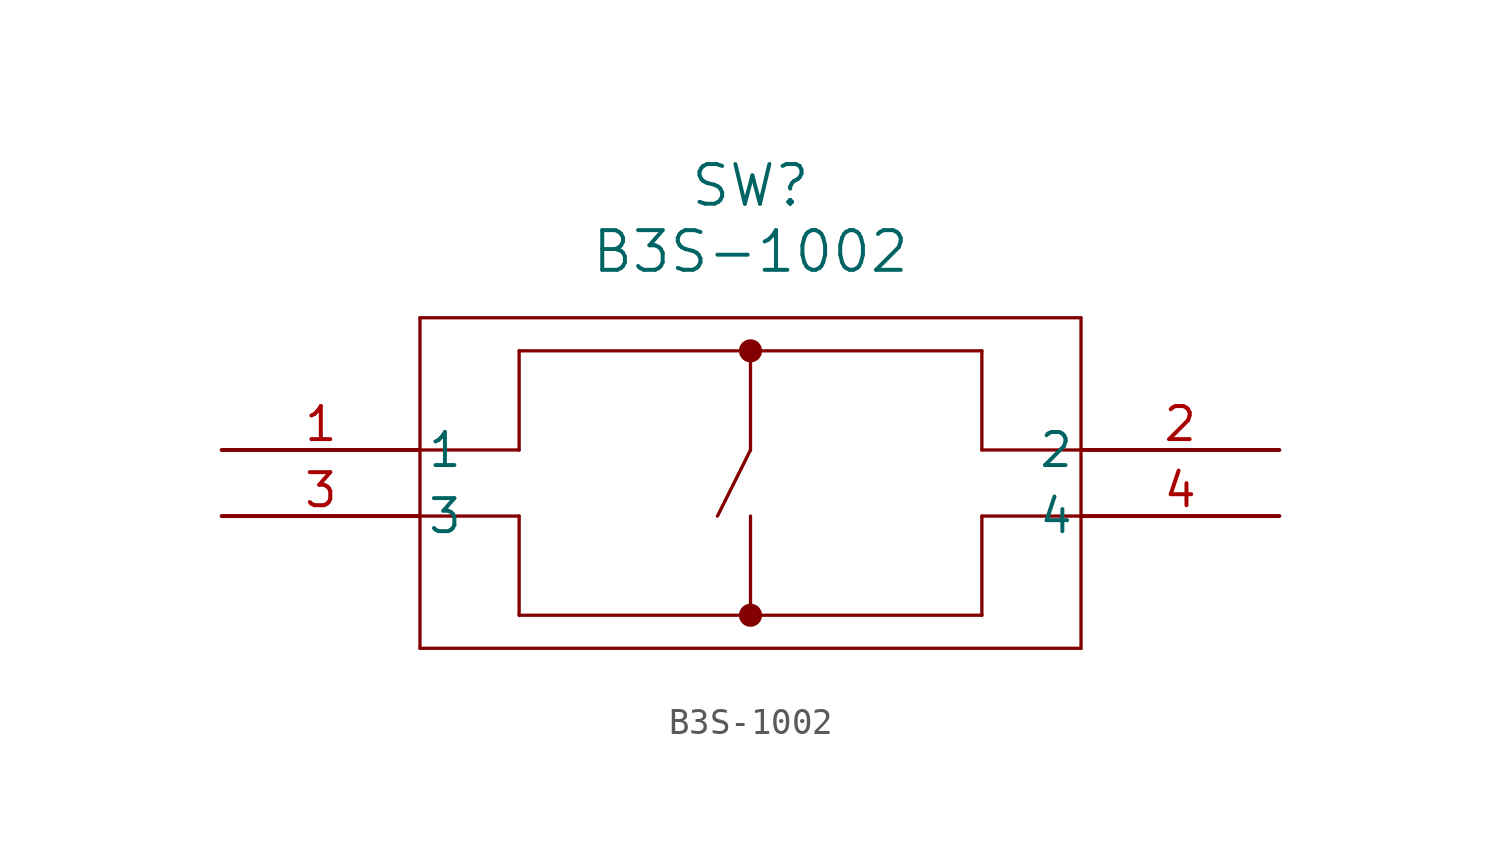
<source format=kicad_sym>
(kicad_symbol_lib
  (version 20211014)
  (generator kicad_symbol_editor)
  (symbol "B3S-1002"
    (pin_names
      (offset 0.254))
    (property "Reference" "SW"
      (at 20.32 10.16 0)
      (effects (font (size 1.524 1.524))))
    (property "Value" "B3S-1002"
      (at 20.32 7.62 0)
      (effects (font (size 1.524 1.524))))
    (symbol "B3S-1002_0_1"
      (polyline (pts (xy 7.62 5.08) (xy 7.62 -7.62)) (stroke (width 0.127) (type default) (color 0 0 0 0)) (fill (type none)))
      (polyline (pts (xy 7.62 -7.62) (xy 33.02 -7.62)) (stroke (width 0.127) (type default) (color 0 0 0 0)) (fill (type none)))
      (polyline (pts (xy 33.02 -7.62) (xy 33.02 5.08)) (stroke (width 0.127) (type default) (color 0 0 0 0)) (fill (type none)))
      (polyline (pts (xy 33.02 5.08) (xy 7.62 5.08)) (stroke (width 0.127) (type default) (color 0 0 0 0)) (fill (type none)))
      (polyline (pts (xy 7.62 0) (xy 11.43 0)) (stroke (width 0.127) (type default) (color 0 0 0 0)) (fill (type none)))
      (polyline (pts (xy 7.62 -2.54) (xy 11.43 -2.54)) (stroke (width 0.127) (type default) (color 0 0 0 0)) (fill (type none)))
      (polyline (pts (xy 33.02 0) (xy 29.21 0)) (stroke (width 0.127) (type default) (color 0 0 0 0)) (fill (type none)))
      (polyline (pts (xy 29.21 -2.54) (xy 33.02 -2.54)) (stroke (width 0.127) (type default) (color 0 0 0 0)) (fill (type none)))
      (polyline (pts (xy 29.21 0) (xy 29.21 3.81)) (stroke (width 0.127) (type default) (color 0 0 0 0)) (fill (type none)))
      (polyline (pts (xy 29.21 3.81) (xy 11.43 3.81)) (stroke (width 0.127) (type default) (color 0 0 0 0)) (fill (type none)))
      (polyline (pts (xy 11.43 0) (xy 11.43 3.81)) (stroke (width 0.127) (type default) (color 0 0 0 0)) (fill (type none)))
      (polyline (pts (xy 11.43 -2.54) (xy 11.43 -6.35)) (stroke (width 0.127) (type default) (color 0 0 0 0)) (fill (type none)))
      (polyline (pts (xy 11.43 -6.35) (xy 29.21 -6.35)) (stroke (width 0.127) (type default) (color 0 0 0 0)) (fill (type none)))
      (polyline (pts (xy 29.21 -6.35) (xy 29.21 -2.54)) (stroke (width 0.127) (type default) (color 0 0 0 0)) (fill (type none)))
      (circle (center 20.32 3.81) (radius 0.254) (stroke (width 0.381) (type default) (color 0 0 0 0)) (fill (type none)))
      (circle (center 20.32 -6.35) (radius 0.254) (stroke (width 0.381) (type default) (color 0 0 0 0)) (fill (type none)))
      (polyline (pts (xy 20.32 3.81) (xy 20.32 0)) (stroke (width 0.127) (type default) (color 0 0 0 0)) (fill (type none)))
      (polyline (pts (xy 20.32 -2.54) (xy 20.32 -6.35)) (stroke (width 0.127) (type default) (color 0 0 0 0)) (fill (type none)))
      (polyline (pts (xy 20.32 0) (xy 19.05 -2.54)) (stroke (width 0.127) (type default) (color 0 0 0 0)) (fill (type none)))
      (pin unspecified line (at 0 0 0) (length 7.62) (name "1" (effects (font (size 1.27 1.27)))) (number "1" (effects (font (size 1.27 1.27)))))
      (pin unspecified line (at 40.64 0 180) (length 7.62) (name "2" (effects (font (size 1.27 1.27)))) (number "2" (effects (font (size 1.27 1.27)))))
      (pin unspecified line (at 0 -2.54 0) (length 7.62) (name "3" (effects (font (size 1.27 1.27)))) (number "3" (effects (font (size 1.27 1.27)))))
      (pin unspecified line (at 40.64 -2.54 180) (length 7.62) (name "4" (effects (font (size 1.27 1.27)))) (number "4" (effects (font (size 1.27 1.27))))))))
</source>
